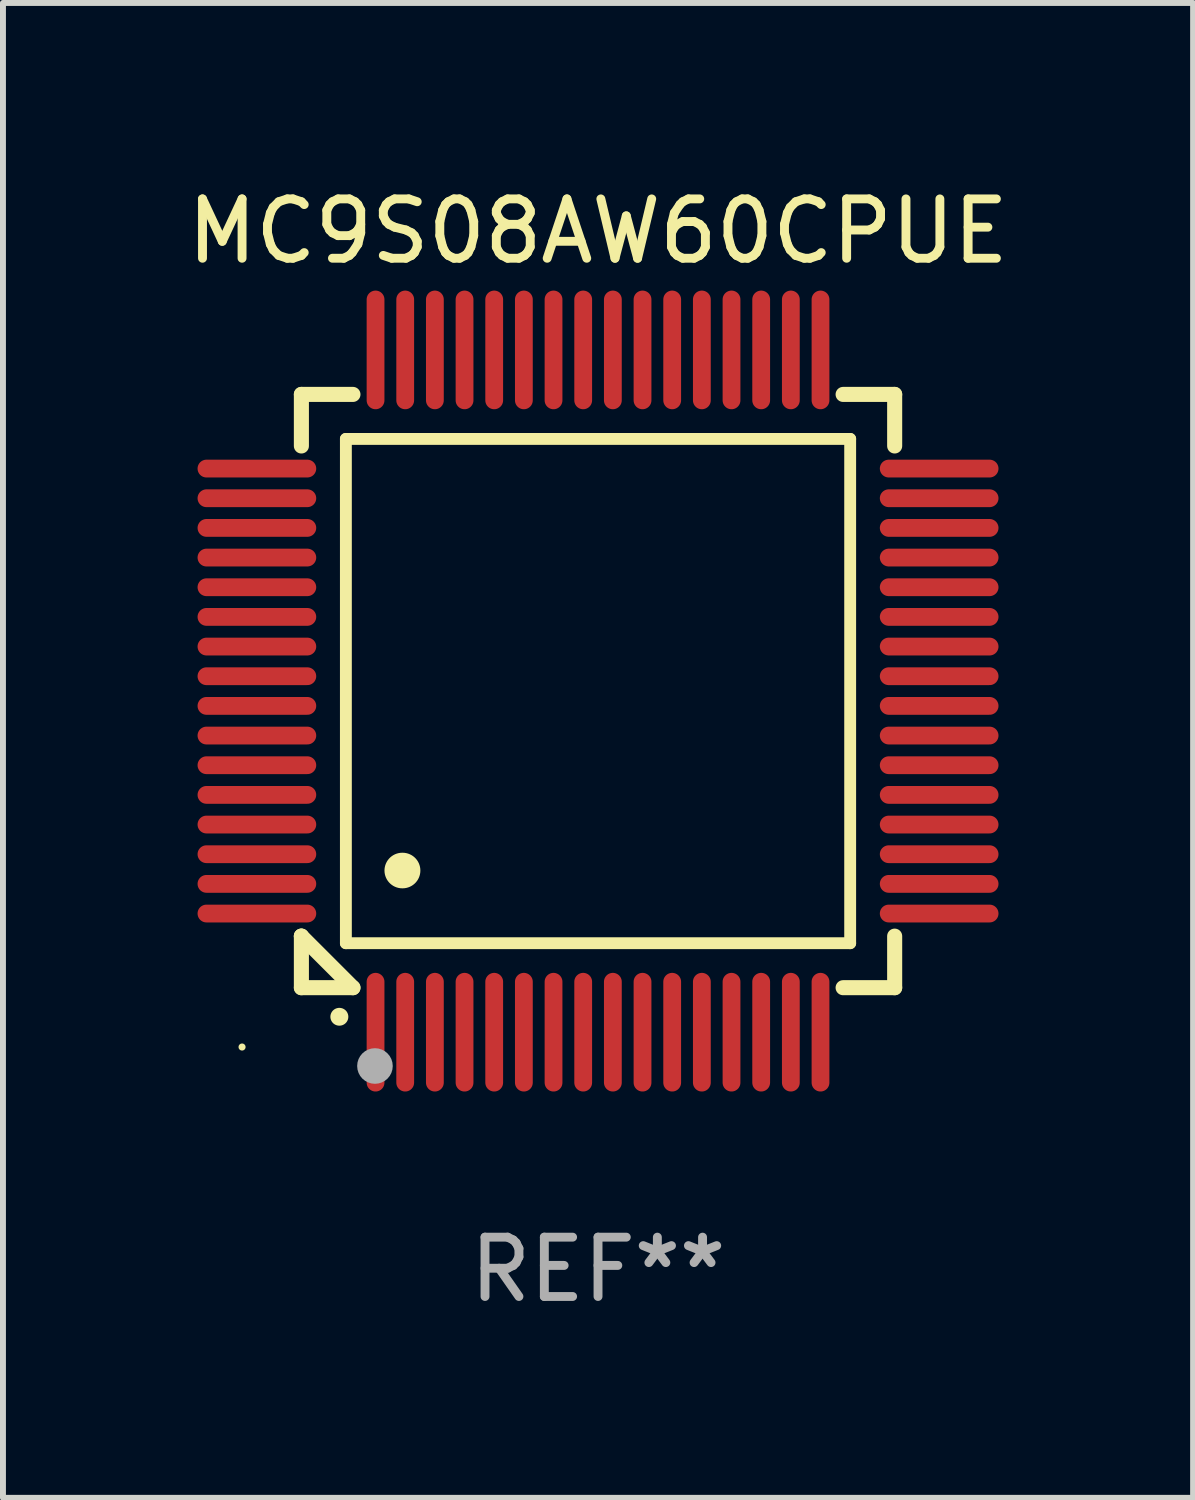
<source format=kicad_pcb>
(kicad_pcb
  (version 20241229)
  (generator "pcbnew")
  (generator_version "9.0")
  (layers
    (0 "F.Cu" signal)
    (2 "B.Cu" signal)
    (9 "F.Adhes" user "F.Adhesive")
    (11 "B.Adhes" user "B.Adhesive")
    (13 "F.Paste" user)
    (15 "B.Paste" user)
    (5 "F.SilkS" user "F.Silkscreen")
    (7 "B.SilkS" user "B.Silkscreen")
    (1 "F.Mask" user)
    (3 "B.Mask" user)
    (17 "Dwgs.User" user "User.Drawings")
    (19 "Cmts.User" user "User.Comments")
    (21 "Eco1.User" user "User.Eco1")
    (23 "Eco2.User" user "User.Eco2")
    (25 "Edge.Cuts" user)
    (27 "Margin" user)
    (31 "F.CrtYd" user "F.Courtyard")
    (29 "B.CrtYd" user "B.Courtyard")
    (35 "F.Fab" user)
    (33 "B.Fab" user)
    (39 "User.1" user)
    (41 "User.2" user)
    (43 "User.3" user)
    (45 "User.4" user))
  (footprint "MC9S08AW60CPUE"
    (layer "F.Cu")
    (at 7.03 8.598)
    (property "Reference" "MC9S08AW60CPUE" (at 0 -7.75 0) (layer "F.SilkS") (effects (font (size 1 1) (thickness 0.15))))
    (attr through_hole)
    (fp_line (start -5 -5) (end -4.131 -5) (stroke (width 0.254) (type solid)) (layer "F.SilkS"))
    (fp_line (start -5 -4.131) (end -5 -5) (stroke (width 0.254) (type solid)) (layer "F.SilkS"))
    (fp_line (start -5 4.131) (end -5 4.131) (stroke (width 0.254) (type solid)) (layer "F.SilkS"))
    (fp_line (start -5 5) (end -5 4.131) (stroke (width 0.254) (type solid)) (layer "F.SilkS"))
    (fp_line (start -5 4.131) (end -4.131 5) (stroke (width 0.254) (type solid)) (layer "F.SilkS"))
    (fp_line (start -4.25 -4.25) (end -4.25 4.25) (stroke (width 0.2) (type solid)) (layer "F.SilkS"))
    (fp_line (start -4.25 4.25) (end 4.25 4.25) (stroke (width 0.2) (type solid)) (layer "F.SilkS"))
    (fp_line (start -4.131 5) (end -5 5) (stroke (width 0.254) (type solid)) (layer "F.SilkS"))
    (fp_line (start 4.25 -4.25) (end -4.25 -4.25) (stroke (width 0.2) (type solid)) (layer "F.SilkS"))
    (fp_line (start 4.25 4.25) (end 4.25 -4.25) (stroke (width 0.2) (type solid)) (layer "F.SilkS"))
    (fp_line (start 5 -5) (end 4.131 -5) (stroke (width 0.254) (type solid)) (layer "F.SilkS"))
    (fp_line (start 5 -5) (end 5 -4.131) (stroke (width 0.254) (type solid)) (layer "F.SilkS"))
    (fp_line (start 5 4.131) (end 5 5) (stroke (width 0.254) (type solid)) (layer "F.SilkS"))
    (fp_line (start 5 5) (end 4.131 5) (stroke (width 0.254) (type solid)) (layer "F.SilkS"))
    (fp_arc (start -4.361265 5.489992) (mid -4.359995 5.489987) (end -4.358725 5.489992) (stroke (width 0.3) (type solid)) (layer "F.SilkS"))
    (fp_arc (start -3.299467 3.025146) (mid -3.296927 3.025135) (end -3.294387 3.025146) (stroke (width 0.6) (type solid)) (layer "F.SilkS"))
    (fp_circle (center -6 6) (end -5.97 6) (stroke (width 0.06) (type solid)) (fill no) (layer "F.SilkS"))
    (fp_circle (center -3.76 6.32) (end -3.61 6.32) (stroke (width 0.3) (type solid)) (fill no) (layer "F.Fab"))
    (fp_text user "REF**" (at 0 9.75 0) (layer "F.Fab") (effects (font (size 1 1) (thickness 0.15))))
    (pad "1" smd oval (at -3.75 5.75) (size 0.3 2) (layers "F.Cu" "F.Mask" "F.Paste"))
    (pad "2" smd oval (at -3.25 5.75) (size 0.3 2) (layers "F.Cu" "F.Mask" "F.Paste"))
    (pad "3" smd oval (at -2.75 5.75) (size 0.3 2) (layers "F.Cu" "F.Mask" "F.Paste"))
    (pad "4" smd oval (at -2.25 5.75) (size 0.3 2) (layers "F.Cu" "F.Mask" "F.Paste"))
    (pad "5" smd oval (at -1.75 5.75) (size 0.3 2) (layers "F.Cu" "F.Mask" "F.Paste"))
    (pad "6" smd oval (at -1.25 5.75) (size 0.3 2) (layers "F.Cu" "F.Mask" "F.Paste"))
    (pad "7" smd oval (at -0.75 5.75) (size 0.3 2) (layers "F.Cu" "F.Mask" "F.Paste"))
    (pad "8" smd oval (at -0.25 5.75) (size 0.3 2) (layers "F.Cu" "F.Mask" "F.Paste"))
    (pad "9" smd oval (at 0.25 5.75) (size 0.3 2) (layers "F.Cu" "F.Mask" "F.Paste"))
    (pad "10" smd oval (at 0.75 5.75) (size 0.3 2) (layers "F.Cu" "F.Mask" "F.Paste"))
    (pad "11" smd oval (at 1.25 5.75) (size 0.3 2) (layers "F.Cu" "F.Mask" "F.Paste"))
    (pad "12" smd oval (at 1.75 5.75) (size 0.3 2) (layers "F.Cu" "F.Mask" "F.Paste"))
    (pad "13" smd oval (at 2.25 5.75) (size 0.3 2) (layers "F.Cu" "F.Mask" "F.Paste"))
    (pad "14" smd oval (at 2.75 5.75) (size 0.3 2) (layers "F.Cu" "F.Mask" "F.Paste"))
    (pad "15" smd oval (at 3.25 5.75) (size 0.3 2) (layers "F.Cu" "F.Mask" "F.Paste"))
    (pad "16" smd oval (at 3.75 5.75) (size 0.3 2) (layers "F.Cu" "F.Mask" "F.Paste"))
    (pad "17" smd oval (at 5.75 3.75) (size 2 0.3) (layers "F.Cu" "F.Mask" "F.Paste"))
    (pad "18" smd oval (at 5.75 3.25) (size 2 0.3) (layers "F.Cu" "F.Mask" "F.Paste"))
    (pad "19" smd oval (at 5.75 2.75) (size 2 0.3) (layers "F.Cu" "F.Mask" "F.Paste"))
    (pad "20" smd oval (at 5.75 2.25) (size 2 0.3) (layers "F.Cu" "F.Mask" "F.Paste"))
    (pad "21" smd oval (at 5.75 1.75) (size 2 0.3) (layers "F.Cu" "F.Mask" "F.Paste"))
    (pad "22" smd oval (at 5.75 1.25) (size 2 0.3) (layers "F.Cu" "F.Mask" "F.Paste"))
    (pad "23" smd oval (at 5.75 0.75) (size 2 0.3) (layers "F.Cu" "F.Mask" "F.Paste"))
    (pad "24" smd oval (at 5.75 0.25) (size 2 0.3) (layers "F.Cu" "F.Mask" "F.Paste"))
    (pad "25" smd oval (at 5.75 -0.25) (size 2 0.3) (layers "F.Cu" "F.Mask" "F.Paste"))
    (pad "26" smd oval (at 5.75 -0.75) (size 2 0.3) (layers "F.Cu" "F.Mask" "F.Paste"))
    (pad "27" smd oval (at 5.75 -1.25) (size 2 0.3) (layers "F.Cu" "F.Mask" "F.Paste"))
    (pad "28" smd oval (at 5.75 -1.75) (size 2 0.3) (layers "F.Cu" "F.Mask" "F.Paste"))
    (pad "29" smd oval (at 5.75 -2.25) (size 2 0.3) (layers "F.Cu" "F.Mask" "F.Paste"))
    (pad "30" smd oval (at 5.75 -2.75) (size 2 0.3) (layers "F.Cu" "F.Mask" "F.Paste"))
    (pad "31" smd oval (at 5.75 -3.25) (size 2 0.3) (layers "F.Cu" "F.Mask" "F.Paste"))
    (pad "32" smd oval (at 5.75 -3.75) (size 2 0.3) (layers "F.Cu" "F.Mask" "F.Paste"))
    (pad "33" smd oval (at 3.75 -5.75) (size 0.3 2) (layers "F.Cu" "F.Mask" "F.Paste"))
    (pad "34" smd oval (at 3.25 -5.75) (size 0.3 2) (layers "F.Cu" "F.Mask" "F.Paste"))
    (pad "35" smd oval (at 2.75 -5.75) (size 0.3 2) (layers "F.Cu" "F.Mask" "F.Paste"))
    (pad "36" smd oval (at 2.25 -5.75) (size 0.3 2) (layers "F.Cu" "F.Mask" "F.Paste"))
    (pad "37" smd oval (at 1.75 -5.75) (size 0.3 2) (layers "F.Cu" "F.Mask" "F.Paste"))
    (pad "38" smd oval (at 1.25 -5.75) (size 0.3 2) (layers "F.Cu" "F.Mask" "F.Paste"))
    (pad "39" smd oval (at 0.75 -5.75) (size 0.3 2) (layers "F.Cu" "F.Mask" "F.Paste"))
    (pad "40" smd oval (at 0.25 -5.75) (size 0.3 2) (layers "F.Cu" "F.Mask" "F.Paste"))
    (pad "41" smd oval (at -0.25 -5.75) (size 0.3 2) (layers "F.Cu" "F.Mask" "F.Paste"))
    (pad "42" smd oval (at -0.75 -5.75) (size 0.3 2) (layers "F.Cu" "F.Mask" "F.Paste"))
    (pad "43" smd oval (at -1.25 -5.75) (size 0.3 2) (layers "F.Cu" "F.Mask" "F.Paste"))
    (pad "44" smd oval (at -1.75 -5.75) (size 0.3 2) (layers "F.Cu" "F.Mask" "F.Paste"))
    (pad "45" smd oval (at -2.25 -5.75) (size 0.3 2) (layers "F.Cu" "F.Mask" "F.Paste"))
    (pad "46" smd oval (at -2.75 -5.75) (size 0.3 2) (layers "F.Cu" "F.Mask" "F.Paste"))
    (pad "47" smd oval (at -3.25 -5.75) (size 0.3 2) (layers "F.Cu" "F.Mask" "F.Paste"))
    (pad "48" smd oval (at -3.75 -5.75) (size 0.3 2) (layers "F.Cu" "F.Mask" "F.Paste"))
    (pad "49" smd oval (at -5.75 -3.75) (size 2 0.3) (layers "F.Cu" "F.Mask" "F.Paste"))
    (pad "50" smd oval (at -5.75 -3.25) (size 2 0.3) (layers "F.Cu" "F.Mask" "F.Paste"))
    (pad "51" smd oval (at -5.75 -2.75) (size 2 0.3) (layers "F.Cu" "F.Mask" "F.Paste"))
    (pad "52" smd oval (at -5.75 -2.25) (size 2 0.3) (layers "F.Cu" "F.Mask" "F.Paste"))
    (pad "53" smd oval (at -5.75 -1.75) (size 2 0.3) (layers "F.Cu" "F.Mask" "F.Paste"))
    (pad "54" smd oval (at -5.75 -1.25) (size 2 0.3) (layers "F.Cu" "F.Mask" "F.Paste"))
    (pad "55" smd oval (at -5.75 -0.75) (size 2 0.3) (layers "F.Cu" "F.Mask" "F.Paste"))
    (pad "56" smd oval (at -5.75 -0.25) (size 2 0.3) (layers "F.Cu" "F.Mask" "F.Paste"))
    (pad "57" smd oval (at -5.75 0.25) (size 2 0.3) (layers "F.Cu" "F.Mask" "F.Paste"))
    (pad "58" smd oval (at -5.75 0.75) (size 2 0.3) (layers "F.Cu" "F.Mask" "F.Paste"))
    (pad "59" smd oval (at -5.75 1.25) (size 2 0.3) (layers "F.Cu" "F.Mask" "F.Paste"))
    (pad "60" smd oval (at -5.75 1.75) (size 2 0.3) (layers "F.Cu" "F.Mask" "F.Paste"))
    (pad "61" smd oval (at -5.75 2.25) (size 2 0.3) (layers "F.Cu" "F.Mask" "F.Paste"))
    (pad "62" smd oval (at -5.75 2.75) (size 2 0.3) (layers "F.Cu" "F.Mask" "F.Paste"))
    (pad "63" smd oval (at -5.75 3.25) (size 2 0.3) (layers "F.Cu" "F.Mask" "F.Paste"))
    (pad "64" smd oval (at -5.75 3.75) (size 2 0.3) (layers "F.Cu" "F.Mask" "F.Paste")))
  (gr_rect
    (start -3 -3)
    (end 17.06 22.196)
    (stroke (width 0.1) (type default))
    (fill no)
    (layer "Edge.Cuts")))
</source>
